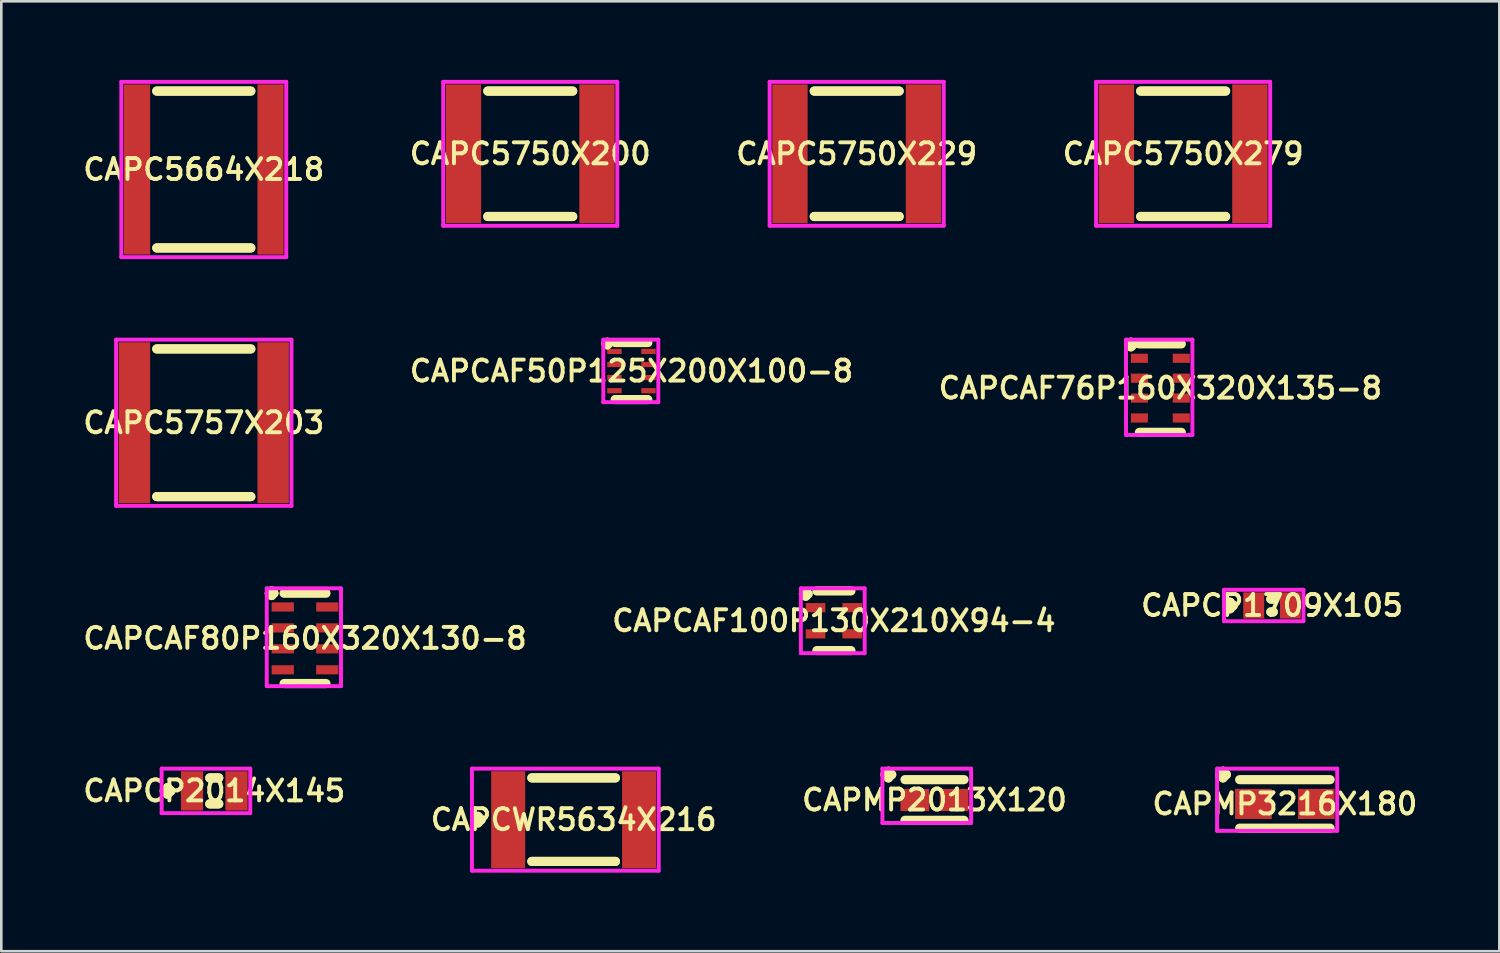
<source format=kicad_pcb>
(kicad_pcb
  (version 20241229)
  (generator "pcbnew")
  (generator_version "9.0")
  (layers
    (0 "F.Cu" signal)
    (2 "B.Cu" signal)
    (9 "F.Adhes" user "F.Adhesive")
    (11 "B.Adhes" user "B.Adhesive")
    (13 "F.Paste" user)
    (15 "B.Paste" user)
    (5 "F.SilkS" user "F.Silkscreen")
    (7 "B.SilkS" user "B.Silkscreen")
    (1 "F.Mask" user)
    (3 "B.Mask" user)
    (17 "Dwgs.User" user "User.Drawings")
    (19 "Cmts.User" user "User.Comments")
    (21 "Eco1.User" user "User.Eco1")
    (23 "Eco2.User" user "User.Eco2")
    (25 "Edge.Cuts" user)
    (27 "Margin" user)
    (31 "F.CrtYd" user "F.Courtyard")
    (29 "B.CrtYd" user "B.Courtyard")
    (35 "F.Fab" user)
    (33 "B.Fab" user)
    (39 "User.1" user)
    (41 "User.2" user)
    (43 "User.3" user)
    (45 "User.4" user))
  (footprint "CAPC5750X279"
    (layer "F.Cu")
    (at 42.148 2.825)
    (property "Reference" "CAPC5750X279" (at 0 0 0) (layer "F.SilkS") (effects (font (size 0.8 0.8) (thickness 0.15))))
    (attr smd)
    (fp_line (start -1.621 -2.396) (end 1.621 -2.396) (stroke (width 0.35) (type solid)) (layer "F.SilkS"))
    (fp_line (start -1.621 2.396) (end 1.621 2.396) (stroke (width 0.35) (type solid)) (layer "F.SilkS"))
    (fp_line (start 1.621 -2.396) (end -1.621 -2.396) (stroke (width 0.35) (type solid)) (layer "F.SilkS"))
    (fp_line (start 1.621 2.396) (end -1.621 2.396) (stroke (width 0.35) (type solid)) (layer "F.SilkS"))
    (fp_line (start -3.325 -2.75) (end 3.325 -2.75) (stroke (width 0.15) (type solid)) (layer "F.CrtYd"))
    (fp_line (start -3.325 2.75) (end -3.325 -2.75) (stroke (width 0.15) (type solid)) (layer "F.CrtYd"))
    (fp_line (start 3.325 -2.75) (end 3.325 2.75) (stroke (width 0.15) (type solid)) (layer "F.CrtYd"))
    (fp_line (start 3.325 2.75) (end -3.325 2.75) (stroke (width 0.15) (type solid)) (layer "F.CrtYd"))
    (pad "1" smd rect (at -2.55 0) (size 1.35 5.3) (layers "F.Cu" "F.Mask" "F.Paste"))
    (pad "2" smd rect (at 2.55 0) (size 1.35 5.3) (layers "F.Cu" "F.Mask" "F.Paste")))
  (footprint "CAPMP3216X180"
    (layer "F.Cu")
    (at 46.034 27.661)
    (property "Reference" "CAPMP3216X180" (at 0 0 0) (layer "F.SilkS") (effects (font (size 0.8 0.8) (thickness 0.15))))
    (attr smd)
    (fp_line (start -2.489 -1.121) (end -2.362 -1.248) (stroke (width 0.35) (type solid)) (layer "F.SilkS"))
    (fp_line (start -2.362 -1.248) (end -2.235 -1.121) (stroke (width 0.35) (type solid)) (layer "F.SilkS"))
    (fp_line (start -2.362 -0.994) (end -2.489 -1.121) (stroke (width 0.35) (type solid)) (layer "F.SilkS"))
    (fp_line (start -2.235 -1.121) (end -2.362 -0.994) (stroke (width 0.35) (type solid)) (layer "F.SilkS"))
    (fp_line (start -1.727 -0.927) (end 1.727 -0.927) (stroke (width 0.35) (type solid)) (layer "F.SilkS"))
    (fp_line (start -1.727 0.927) (end 1.727 0.927) (stroke (width 0.35) (type solid)) (layer "F.SilkS"))
    (fp_line (start -2.589 -1.348) (end 2 -1.348) (stroke (width 0.15) (type solid)) (layer "F.CrtYd"))
    (fp_line (start -2.589 1.027) (end -2.589 -1.348) (stroke (width 0.15) (type solid)) (layer "F.CrtYd"))
    (fp_line (start 2 -1.348) (end 2 1.027) (stroke (width 0.15) (type solid)) (layer "F.CrtYd"))
    (fp_line (start 2 1.027) (end -2.589 1.027) (stroke (width 0.15) (type solid)) (layer "F.CrtYd"))
    (pad "1" smd rect (at -1.2 0) (size 1.4 1.15) (layers "F.Cu" "F.Mask" "F.Paste"))
    (pad "2" smd rect (at 1.2 0) (size 1.4 1.15) (layers "F.Cu" "F.Mask" "F.Paste")))
  (footprint "CAPCWR5634X216"
    (layer "F.Cu")
    (at 18.864 28.262)
    (property "Reference" "CAPCWR5634X216" (at 0 0 0) (layer "F.SilkS") (effects (font (size 0.8 0.8) (thickness 0.15))))
    (attr smd)
    (fp_line (start -3.785 0) (end -3.658 -0.127) (stroke (width 0.35) (type solid)) (layer "F.SilkS"))
    (fp_line (start -3.658 -0.127) (end -3.531 0) (stroke (width 0.35) (type solid)) (layer "F.SilkS"))
    (fp_line (start -3.658 0.127) (end -3.785 0) (stroke (width 0.35) (type solid)) (layer "F.SilkS"))
    (fp_line (start -3.531 0) (end -3.658 0.127) (stroke (width 0.35) (type solid)) (layer "F.SilkS"))
    (fp_line (start -1.596 -1.596) (end 1.596 -1.596) (stroke (width 0.35) (type solid)) (layer "F.SilkS"))
    (fp_line (start -1.596 1.596) (end 1.596 1.596) (stroke (width 0.35) (type solid)) (layer "F.SilkS"))
    (fp_line (start 1.596 -1.596) (end -1.596 -1.596) (stroke (width 0.35) (type solid)) (layer "F.SilkS"))
    (fp_line (start 1.596 1.596) (end -1.596 1.596) (stroke (width 0.35) (type solid)) (layer "F.SilkS"))
    (fp_line (start -3.885 -1.95) (end 3.25 -1.95) (stroke (width 0.15) (type solid)) (layer "F.CrtYd"))
    (fp_line (start -3.885 1.95) (end -3.885 -1.95) (stroke (width 0.15) (type solid)) (layer "F.CrtYd"))
    (fp_line (start 3.25 -1.95) (end 3.25 1.95) (stroke (width 0.15) (type solid)) (layer "F.CrtYd"))
    (fp_line (start 3.25 1.95) (end -3.885 1.95) (stroke (width 0.15) (type solid)) (layer "F.CrtYd"))
    (pad "1" smd rect (at -2.5 0) (size 1.3 3.7) (layers "F.Cu" "F.Mask" "F.Paste"))
    (pad "2" smd rect (at 2.5 0) (size 1.3 3.7) (layers "F.Cu" "F.Mask" "F.Paste")))
  (footprint "CAPCP1709X105"
    (layer "F.Cu")
    (at 45.544 20.081)
    (property "Reference" "CAPCP1709X105" (at 0 0 0) (layer "F.SilkS") (effects (font (size 0.8 0.8) (thickness 0.15))))
    (attr smd)
    (fp_line (start -1.735 0) (end -1.608 -0.127) (stroke (width 0.35) (type solid)) (layer "F.SilkS"))
    (fp_line (start -1.608 -0.127) (end -1.481 0) (stroke (width 0.35) (type solid)) (layer "F.SilkS"))
    (fp_line (start -1.608 0.127) (end -1.735 0) (stroke (width 0.35) (type solid)) (layer "F.SilkS"))
    (fp_line (start -1.481 0) (end -1.608 0.127) (stroke (width 0.35) (type solid)) (layer "F.SilkS"))
    (fp_line (start -0.046 -0.246) (end 0.046 -0.246) (stroke (width 0.35) (type solid)) (layer "F.SilkS"))
    (fp_line (start -0.046 0.246) (end 0.046 0.246) (stroke (width 0.35) (type solid)) (layer "F.SilkS"))
    (fp_line (start 0.046 -0.246) (end -0.046 -0.246) (stroke (width 0.35) (type solid)) (layer "F.SilkS"))
    (fp_line (start 0.046 0.246) (end -0.046 0.246) (stroke (width 0.35) (type solid)) (layer "F.SilkS"))
    (fp_line (start -1.835 -0.6) (end 1.2 -0.6) (stroke (width 0.15) (type solid)) (layer "F.CrtYd"))
    (fp_line (start -1.835 0.6) (end -1.835 -0.6) (stroke (width 0.15) (type solid)) (layer "F.CrtYd"))
    (fp_line (start 1.2 -0.6) (end 1.2 0.6) (stroke (width 0.15) (type solid)) (layer "F.CrtYd"))
    (fp_line (start 1.2 0.6) (end -1.835 0.6) (stroke (width 0.15) (type solid)) (layer "F.CrtYd"))
    (pad "1" smd rect (at -0.7 0) (size 0.8 1) (layers "F.Cu" "F.Mask" "F.Paste"))
    (pad "2" smd rect (at 0.7 0) (size 0.8 1) (layers "F.Cu" "F.Mask" "F.Paste")))
  (footprint "CAPMP2013X120"
    (layer "F.Cu")
    (at 32.649 27.511)
    (property "Reference" "CAPMP2013X120" (at 0 0 0) (layer "F.SilkS") (effects (font (size 0.8 0.8) (thickness 0.15))))
    (attr smd)
    (fp_line (start -1.889 -0.971) (end -1.762 -1.098) (stroke (width 0.35) (type solid)) (layer "F.SilkS"))
    (fp_line (start -1.762 -1.098) (end -1.635 -0.971) (stroke (width 0.35) (type solid)) (layer "F.SilkS"))
    (fp_line (start -1.762 -0.844) (end -1.889 -0.971) (stroke (width 0.35) (type solid)) (layer "F.SilkS"))
    (fp_line (start -1.635 -0.971) (end -1.762 -0.844) (stroke (width 0.35) (type solid)) (layer "F.SilkS"))
    (fp_line (start -1.127 -0.777) (end 1.127 -0.777) (stroke (width 0.35) (type solid)) (layer "F.SilkS"))
    (fp_line (start -1.127 0.777) (end 1.127 0.777) (stroke (width 0.35) (type solid)) (layer "F.SilkS"))
    (fp_line (start -1.989 -1.198) (end 1.4 -1.198) (stroke (width 0.15) (type solid)) (layer "F.CrtYd"))
    (fp_line (start -1.989 0.877) (end -1.989 -1.198) (stroke (width 0.15) (type solid)) (layer "F.CrtYd"))
    (fp_line (start 1.4 -1.198) (end 1.4 0.877) (stroke (width 0.15) (type solid)) (layer "F.CrtYd"))
    (fp_line (start 1.4 0.877) (end -1.989 0.877) (stroke (width 0.15) (type solid)) (layer "F.CrtYd"))
    (pad "1" smd rect (at -0.75 0) (size 1.1 0.85) (layers "F.Cu" "F.Mask" "F.Paste"))
    (pad "2" smd rect (at 0.75 0) (size 1.1 0.85) (layers "F.Cu" "F.Mask" "F.Paste")))
  (footprint "CAPCAF76P160X320X135-8"
    (layer "F.Cu")
    (at 41.277 11.777)
    (property "Reference" "CAPCAF76P160X320X135-8" (at 0 0 0) (layer "F.SilkS") (effects (font (size 0.8 0.8) (thickness 0.15))))
    (attr smd)
    (fp_line (start -1.212 -1.665) (end -1.125 -1.752) (stroke (width 0.35) (type solid)) (layer "F.SilkS"))
    (fp_line (start -1.125 -1.752) (end -1.038 -1.665) (stroke (width 0.35) (type solid)) (layer "F.SilkS"))
    (fp_line (start -1.125 -1.577) (end -1.212 -1.665) (stroke (width 0.35) (type solid)) (layer "F.SilkS"))
    (fp_line (start -1.038 -1.665) (end -1.125 -1.577) (stroke (width 0.35) (type solid)) (layer "F.SilkS"))
    (fp_line (start -0.8 -1.689) (end 0.8 -1.689) (stroke (width 0.35) (type solid)) (layer "F.SilkS"))
    (fp_line (start -0.8 1.689) (end 0.8 1.689) (stroke (width 0.35) (type solid)) (layer "F.SilkS"))
    (fp_line (start -1.312 -1.853) (end 1.225 -1.853) (stroke (width 0.15) (type solid)) (layer "F.CrtYd"))
    (fp_line (start -1.312 1.789) (end -1.312 -1.853) (stroke (width 0.15) (type solid)) (layer "F.CrtYd"))
    (fp_line (start 1.225 -1.853) (end 1.225 1.789) (stroke (width 0.15) (type solid)) (layer "F.CrtYd"))
    (fp_line (start 1.225 1.789) (end -1.312 1.789) (stroke (width 0.15) (type solid)) (layer "F.CrtYd"))
    (pad "1" smd rect (at -0.8 -1.14) (size 0.65 0.35) (layers "F.Cu" "F.Mask" "F.Paste"))
    (pad "2" smd rect (at -0.8 -0.38) (size 0.65 0.35) (layers "F.Cu" "F.Mask" "F.Paste"))
    (pad "3" smd rect (at -0.8 0.38) (size 0.65 0.35) (layers "F.Cu" "F.Mask" "F.Paste"))
    (pad "4" smd rect (at -0.8 1.14) (size 0.65 0.35) (layers "F.Cu" "F.Mask" "F.Paste"))
    (pad "5" smd rect (at 0.8 1.14) (size 0.65 0.35) (layers "F.Cu" "F.Mask" "F.Paste"))
    (pad "6" smd rect (at 0.8 0.38) (size 0.65 0.35) (layers "F.Cu" "F.Mask" "F.Paste"))
    (pad "7" smd rect (at 0.8 -0.38) (size 0.65 0.35) (layers "F.Cu" "F.Mask" "F.Paste"))
    (pad "8" smd rect (at 0.8 -1.14) (size 0.65 0.35) (layers "F.Cu" "F.Mask" "F.Paste")))
  (footprint "CAPC5750X200"
    (layer "F.Cu")
    (at 17.206 2.825)
    (property "Reference" "CAPC5750X200" (at 0 0 0) (layer "F.SilkS") (effects (font (size 0.8 0.8) (thickness 0.15))))
    (attr smd)
    (fp_line (start -1.621 -2.396) (end 1.621 -2.396) (stroke (width 0.35) (type solid)) (layer "F.SilkS"))
    (fp_line (start -1.621 2.396) (end 1.621 2.396) (stroke (width 0.35) (type solid)) (layer "F.SilkS"))
    (fp_line (start 1.621 -2.396) (end -1.621 -2.396) (stroke (width 0.35) (type solid)) (layer "F.SilkS"))
    (fp_line (start 1.621 2.396) (end -1.621 2.396) (stroke (width 0.35) (type solid)) (layer "F.SilkS"))
    (fp_line (start -3.325 -2.75) (end 3.325 -2.75) (stroke (width 0.15) (type solid)) (layer "F.CrtYd"))
    (fp_line (start -3.325 2.75) (end -3.325 -2.75) (stroke (width 0.15) (type solid)) (layer "F.CrtYd"))
    (fp_line (start 3.325 -2.75) (end 3.325 2.75) (stroke (width 0.15) (type solid)) (layer "F.CrtYd"))
    (fp_line (start 3.325 2.75) (end -3.325 2.75) (stroke (width 0.15) (type solid)) (layer "F.CrtYd"))
    (pad "1" smd rect (at -2.55 0) (size 1.35 5.3) (layers "F.Cu" "F.Mask" "F.Paste"))
    (pad "2" smd rect (at 2.55 0) (size 1.35 5.3) (layers "F.Cu" "F.Mask" "F.Paste")))
  (footprint "CAPC5664X218"
    (layer "F.Cu")
    (at 4.735 3.425)
    (property "Reference" "CAPC5664X218" (at 0 0 0) (layer "F.SilkS") (effects (font (size 0.8 0.8) (thickness 0.15))))
    (attr smd)
    (fp_line (start -1.796 -2.996) (end 1.796 -2.996) (stroke (width 0.35) (type solid)) (layer "F.SilkS"))
    (fp_line (start -1.796 2.996) (end 1.796 2.996) (stroke (width 0.35) (type solid)) (layer "F.SilkS"))
    (fp_line (start 1.796 -2.996) (end -1.796 -2.996) (stroke (width 0.35) (type solid)) (layer "F.SilkS"))
    (fp_line (start 1.796 2.996) (end -1.796 2.996) (stroke (width 0.35) (type solid)) (layer "F.SilkS"))
    (fp_line (start -3.15 -3.35) (end 3.15 -3.35) (stroke (width 0.15) (type solid)) (layer "F.CrtYd"))
    (fp_line (start -3.15 3.35) (end -3.15 -3.35) (stroke (width 0.15) (type solid)) (layer "F.CrtYd"))
    (fp_line (start 3.15 -3.35) (end 3.15 3.35) (stroke (width 0.15) (type solid)) (layer "F.CrtYd"))
    (fp_line (start 3.15 3.35) (end -3.15 3.35) (stroke (width 0.15) (type solid)) (layer "F.CrtYd"))
    (pad "1" smd rect (at -2.55 0) (size 1 6.5) (layers "F.Cu" "F.Mask" "F.Paste"))
    (pad "2" smd rect (at 2.55 0) (size 1 6.5) (layers "F.Cu" "F.Mask" "F.Paste")))
  (footprint "CAPCAF100P130X210X94-4"
    (layer "F.Cu")
    (at 28.806 20.664)
    (property "Reference" "CAPCAF100P130X210X94-4" (at 0 0 0) (layer "F.SilkS") (effects (font (size 0.8 0.8) (thickness 0.15))))
    (attr smd)
    (fp_line (start -1.163 -1.025) (end -1.075 -1.113) (stroke (width 0.35) (type solid)) (layer "F.SilkS"))
    (fp_line (start -1.075 -1.113) (end -0.988 -1.025) (stroke (width 0.35) (type solid)) (layer "F.SilkS"))
    (fp_line (start -1.075 -0.938) (end -1.163 -1.025) (stroke (width 0.35) (type solid)) (layer "F.SilkS"))
    (fp_line (start -0.988 -1.025) (end -1.075 -0.938) (stroke (width 0.35) (type solid)) (layer "F.SilkS"))
    (fp_line (start -0.65 -1.139) (end 0.65 -1.139) (stroke (width 0.35) (type solid)) (layer "F.SilkS"))
    (fp_line (start -0.65 1.139) (end 0.65 1.139) (stroke (width 0.35) (type solid)) (layer "F.SilkS"))
    (fp_line (start -1.262 -1.239) (end 1.175 -1.239) (stroke (width 0.15) (type solid)) (layer "F.CrtYd"))
    (fp_line (start -1.262 1.239) (end -1.262 -1.239) (stroke (width 0.15) (type solid)) (layer "F.CrtYd"))
    (fp_line (start 1.175 -1.239) (end 1.175 1.239) (stroke (width 0.15) (type solid)) (layer "F.CrtYd"))
    (fp_line (start 1.175 1.239) (end -1.262 1.239) (stroke (width 0.15) (type solid)) (layer "F.CrtYd"))
    (pad "1" smd rect (at -0.7 -0.5) (size 0.75 0.35) (layers "F.Cu" "F.Mask" "F.Paste"))
    (pad "2" smd rect (at -0.7 0.5) (size 0.75 0.35) (layers "F.Cu" "F.Mask" "F.Paste"))
    (pad "3" smd rect (at 0.7 0.5) (size 0.75 0.35) (layers "F.Cu" "F.Mask" "F.Paste"))
    (pad "4" smd rect (at 0.7 -0.5) (size 0.75 0.35) (layers "F.Cu" "F.Mask" "F.Paste")))
  (footprint "CAPCAF50P125X200X100-8"
    (layer "F.Cu")
    (at 21.073 11.125)
    (property "Reference" "CAPCAF50P125X200X100-8" (at 0 0 0) (layer "F.SilkS") (effects (font (size 0.8 0.8) (thickness 0.15))))
    (attr smd)
    (fp_line (start -0.975 -1.05) (end -0.925 -1.1) (stroke (width 0.35) (type solid)) (layer "F.SilkS"))
    (fp_line (start -0.925 -1.1) (end -0.875 -1.05) (stroke (width 0.35) (type solid)) (layer "F.SilkS"))
    (fp_line (start -0.925 -1) (end -0.975 -1.05) (stroke (width 0.35) (type solid)) (layer "F.SilkS"))
    (fp_line (start -0.875 -1.05) (end -0.925 -1) (stroke (width 0.35) (type solid)) (layer "F.SilkS"))
    (fp_line (start -0.625 -1.089) (end 0.625 -1.089) (stroke (width 0.35) (type solid)) (layer "F.SilkS"))
    (fp_line (start -0.625 1.089) (end 0.625 1.089) (stroke (width 0.35) (type solid)) (layer "F.SilkS"))
    (fp_line (start -1.075 -1.2) (end 1.025 -1.2) (stroke (width 0.15) (type solid)) (layer "F.CrtYd"))
    (fp_line (start -1.075 1.189) (end -1.075 -1.2) (stroke (width 0.15) (type solid)) (layer "F.CrtYd"))
    (fp_line (start 1.025 -1.2) (end 1.025 1.189) (stroke (width 0.15) (type solid)) (layer "F.CrtYd"))
    (fp_line (start 1.025 1.189) (end -1.075 1.189) (stroke (width 0.15) (type solid)) (layer "F.CrtYd"))
    (pad "1" smd rect (at -0.65 -0.75) (size 0.55 0.2) (layers "F.Cu" "F.Mask" "F.Paste"))
    (pad "2" smd rect (at -0.65 -0.25) (size 0.55 0.2) (layers "F.Cu" "F.Mask" "F.Paste"))
    (pad "3" smd rect (at -0.65 0.25) (size 0.55 0.2) (layers "F.Cu" "F.Mask" "F.Paste"))
    (pad "4" smd rect (at -0.65 0.75) (size 0.55 0.2) (layers "F.Cu" "F.Mask" "F.Paste"))
    (pad "5" smd rect (at 0.65 0.75) (size 0.55 0.2) (layers "F.Cu" "F.Mask" "F.Paste"))
    (pad "6" smd rect (at 0.65 0.25) (size 0.55 0.2) (layers "F.Cu" "F.Mask" "F.Paste"))
    (pad "7" smd rect (at 0.65 -0.25) (size 0.55 0.2) (layers "F.Cu" "F.Mask" "F.Paste"))
    (pad "8" smd rect (at 0.65 -0.75) (size 0.55 0.2) (layers "F.Cu" "F.Mask" "F.Paste")))
  (footprint "CAPCP2014X145"
    (layer "F.Cu")
    (at 5.135 27.163)
    (property "Reference" "CAPCP2014X145" (at 0 0 0) (layer "F.SilkS") (effects (font (size 0.8 0.8) (thickness 0.15))))
    (attr smd)
    (fp_line (start -1.91 0) (end -1.783 -0.127) (stroke (width 0.35) (type solid)) (layer "F.SilkS"))
    (fp_line (start -1.783 -0.127) (end -1.656 0) (stroke (width 0.35) (type solid)) (layer "F.SilkS"))
    (fp_line (start -1.783 0.127) (end -1.91 0) (stroke (width 0.35) (type solid)) (layer "F.SilkS"))
    (fp_line (start -1.656 0) (end -1.783 0.127) (stroke (width 0.35) (type solid)) (layer "F.SilkS"))
    (fp_line (start -0.171 -0.496) (end 0.171 -0.496) (stroke (width 0.35) (type solid)) (layer "F.SilkS"))
    (fp_line (start -0.171 0.496) (end 0.171 0.496) (stroke (width 0.35) (type solid)) (layer "F.SilkS"))
    (fp_line (start 0.171 -0.496) (end -0.171 -0.496) (stroke (width 0.35) (type solid)) (layer "F.SilkS"))
    (fp_line (start 0.171 0.496) (end -0.171 0.496) (stroke (width 0.35) (type solid)) (layer "F.SilkS"))
    (fp_line (start -2.01 -0.85) (end 1.375 -0.85) (stroke (width 0.15) (type solid)) (layer "F.CrtYd"))
    (fp_line (start -2.01 0.85) (end -2.01 -0.85) (stroke (width 0.15) (type solid)) (layer "F.CrtYd"))
    (fp_line (start 1.375 -0.85) (end 1.375 0.85) (stroke (width 0.15) (type solid)) (layer "F.CrtYd"))
    (fp_line (start 1.375 0.85) (end -2.01 0.85) (stroke (width 0.15) (type solid)) (layer "F.CrtYd"))
    (pad "1" smd rect (at -0.85 0) (size 0.85 1.5) (layers "F.Cu" "F.Mask" "F.Paste"))
    (pad "2" smd rect (at 0.85 0) (size 0.85 1.5) (layers "F.Cu" "F.Mask" "F.Paste")))
  (footprint "CAPC5757X203"
    (layer "F.Cu")
    (at 4.735 13.1)
    (property "Reference" "CAPC5757X203" (at 0 0 0) (layer "F.SilkS") (effects (font (size 0.8 0.8) (thickness 0.15))))
    (attr smd)
    (fp_line (start -1.796 -2.821) (end 1.796 -2.821) (stroke (width 0.35) (type solid)) (layer "F.SilkS"))
    (fp_line (start -1.796 2.821) (end 1.796 2.821) (stroke (width 0.35) (type solid)) (layer "F.SilkS"))
    (fp_line (start 1.796 -2.821) (end -1.796 -2.821) (stroke (width 0.35) (type solid)) (layer "F.SilkS"))
    (fp_line (start 1.796 2.821) (end -1.796 2.821) (stroke (width 0.35) (type solid)) (layer "F.SilkS"))
    (fp_line (start -3.35 -3.175) (end 3.35 -3.175) (stroke (width 0.15) (type solid)) (layer "F.CrtYd"))
    (fp_line (start -3.35 3.175) (end -3.35 -3.175) (stroke (width 0.15) (type solid)) (layer "F.CrtYd"))
    (fp_line (start 3.35 -3.175) (end 3.35 3.175) (stroke (width 0.15) (type solid)) (layer "F.CrtYd"))
    (fp_line (start 3.35 3.175) (end -3.35 3.175) (stroke (width 0.15) (type solid)) (layer "F.CrtYd"))
    (pad "1" smd rect (at -2.65 0) (size 1.2 6.15) (layers "F.Cu" "F.Mask" "F.Paste"))
    (pad "2" smd rect (at 2.65 0) (size 1.2 6.15) (layers "F.Cu" "F.Mask" "F.Paste")))
  (footprint "CAPCAF80P160X320X130-8"
    (layer "F.Cu")
    (at 8.602 21.337)
    (property "Reference" "CAPCAF80P160X320X130-8" (at 0 0 0) (layer "F.SilkS") (effects (font (size 0.8 0.8) (thickness 0.15))))
    (attr smd)
    (fp_line (start -1.363 -1.725) (end -1.275 -1.812) (stroke (width 0.35) (type solid)) (layer "F.SilkS"))
    (fp_line (start -1.275 -1.812) (end -1.188 -1.725) (stroke (width 0.35) (type solid)) (layer "F.SilkS"))
    (fp_line (start -1.275 -1.637) (end -1.363 -1.725) (stroke (width 0.35) (type solid)) (layer "F.SilkS"))
    (fp_line (start -1.188 -1.725) (end -1.275 -1.637) (stroke (width 0.35) (type solid)) (layer "F.SilkS"))
    (fp_line (start -0.8 -1.725) (end 0.8 -1.725) (stroke (width 0.35) (type solid)) (layer "F.SilkS"))
    (fp_line (start -0.8 1.725) (end 0.8 1.725) (stroke (width 0.35) (type solid)) (layer "F.SilkS"))
    (fp_line (start -1.462 -1.913) (end 1.375 -1.913) (stroke (width 0.15) (type solid)) (layer "F.CrtYd"))
    (fp_line (start -1.462 1.825) (end -1.462 -1.913) (stroke (width 0.15) (type solid)) (layer "F.CrtYd"))
    (fp_line (start 1.375 -1.913) (end 1.375 1.825) (stroke (width 0.15) (type solid)) (layer "F.CrtYd"))
    (fp_line (start 1.375 1.825) (end -1.462 1.825) (stroke (width 0.15) (type solid)) (layer "F.CrtYd"))
    (pad "1" smd rect (at -0.85 -1.2) (size 0.85 0.35) (layers "F.Cu" "F.Mask" "F.Paste"))
    (pad "2" smd rect (at -0.85 -0.4) (size 0.85 0.35) (layers "F.Cu" "F.Mask" "F.Paste"))
    (pad "3" smd rect (at -0.85 0.4) (size 0.85 0.35) (layers "F.Cu" "F.Mask" "F.Paste"))
    (pad "4" smd rect (at -0.85 1.2) (size 0.85 0.35) (layers "F.Cu" "F.Mask" "F.Paste"))
    (pad "5" smd rect (at 0.85 1.2) (size 0.85 0.35) (layers "F.Cu" "F.Mask" "F.Paste"))
    (pad "6" smd rect (at 0.85 0.4) (size 0.85 0.35) (layers "F.Cu" "F.Mask" "F.Paste"))
    (pad "7" smd rect (at 0.85 -0.4) (size 0.85 0.35) (layers "F.Cu" "F.Mask" "F.Paste"))
    (pad "8" smd rect (at 0.85 -1.2) (size 0.85 0.35) (layers "F.Cu" "F.Mask" "F.Paste")))
  (footprint "CAPC5750X229"
    (layer "F.Cu")
    (at 29.677 2.825)
    (property "Reference" "CAPC5750X229" (at 0 0 0) (layer "F.SilkS") (effects (font (size 0.8 0.8) (thickness 0.15))))
    (attr smd)
    (fp_line (start -1.621 -2.396) (end 1.621 -2.396) (stroke (width 0.35) (type solid)) (layer "F.SilkS"))
    (fp_line (start -1.621 2.396) (end 1.621 2.396) (stroke (width 0.35) (type solid)) (layer "F.SilkS"))
    (fp_line (start 1.621 -2.396) (end -1.621 -2.396) (stroke (width 0.35) (type solid)) (layer "F.SilkS"))
    (fp_line (start 1.621 2.396) (end -1.621 2.396) (stroke (width 0.35) (type solid)) (layer "F.SilkS"))
    (fp_line (start -3.325 -2.75) (end 3.325 -2.75) (stroke (width 0.15) (type solid)) (layer "F.CrtYd"))
    (fp_line (start -3.325 2.75) (end -3.325 -2.75) (stroke (width 0.15) (type solid)) (layer "F.CrtYd"))
    (fp_line (start 3.325 -2.75) (end 3.325 2.75) (stroke (width 0.15) (type solid)) (layer "F.CrtYd"))
    (fp_line (start 3.325 2.75) (end -3.325 2.75) (stroke (width 0.15) (type solid)) (layer "F.CrtYd"))
    (pad "1" smd rect (at -2.55 0) (size 1.35 5.3) (layers "F.Cu" "F.Mask" "F.Paste"))
    (pad "2" smd rect (at 2.55 0) (size 1.35 5.3) (layers "F.Cu" "F.Mask" "F.Paste")))
  (gr_rect
    (start -3 -3)
    (end 54.227 33.288)
    (stroke (width 0.1) (type default))
    (fill no)
    (layer "Edge.Cuts")))
</source>
